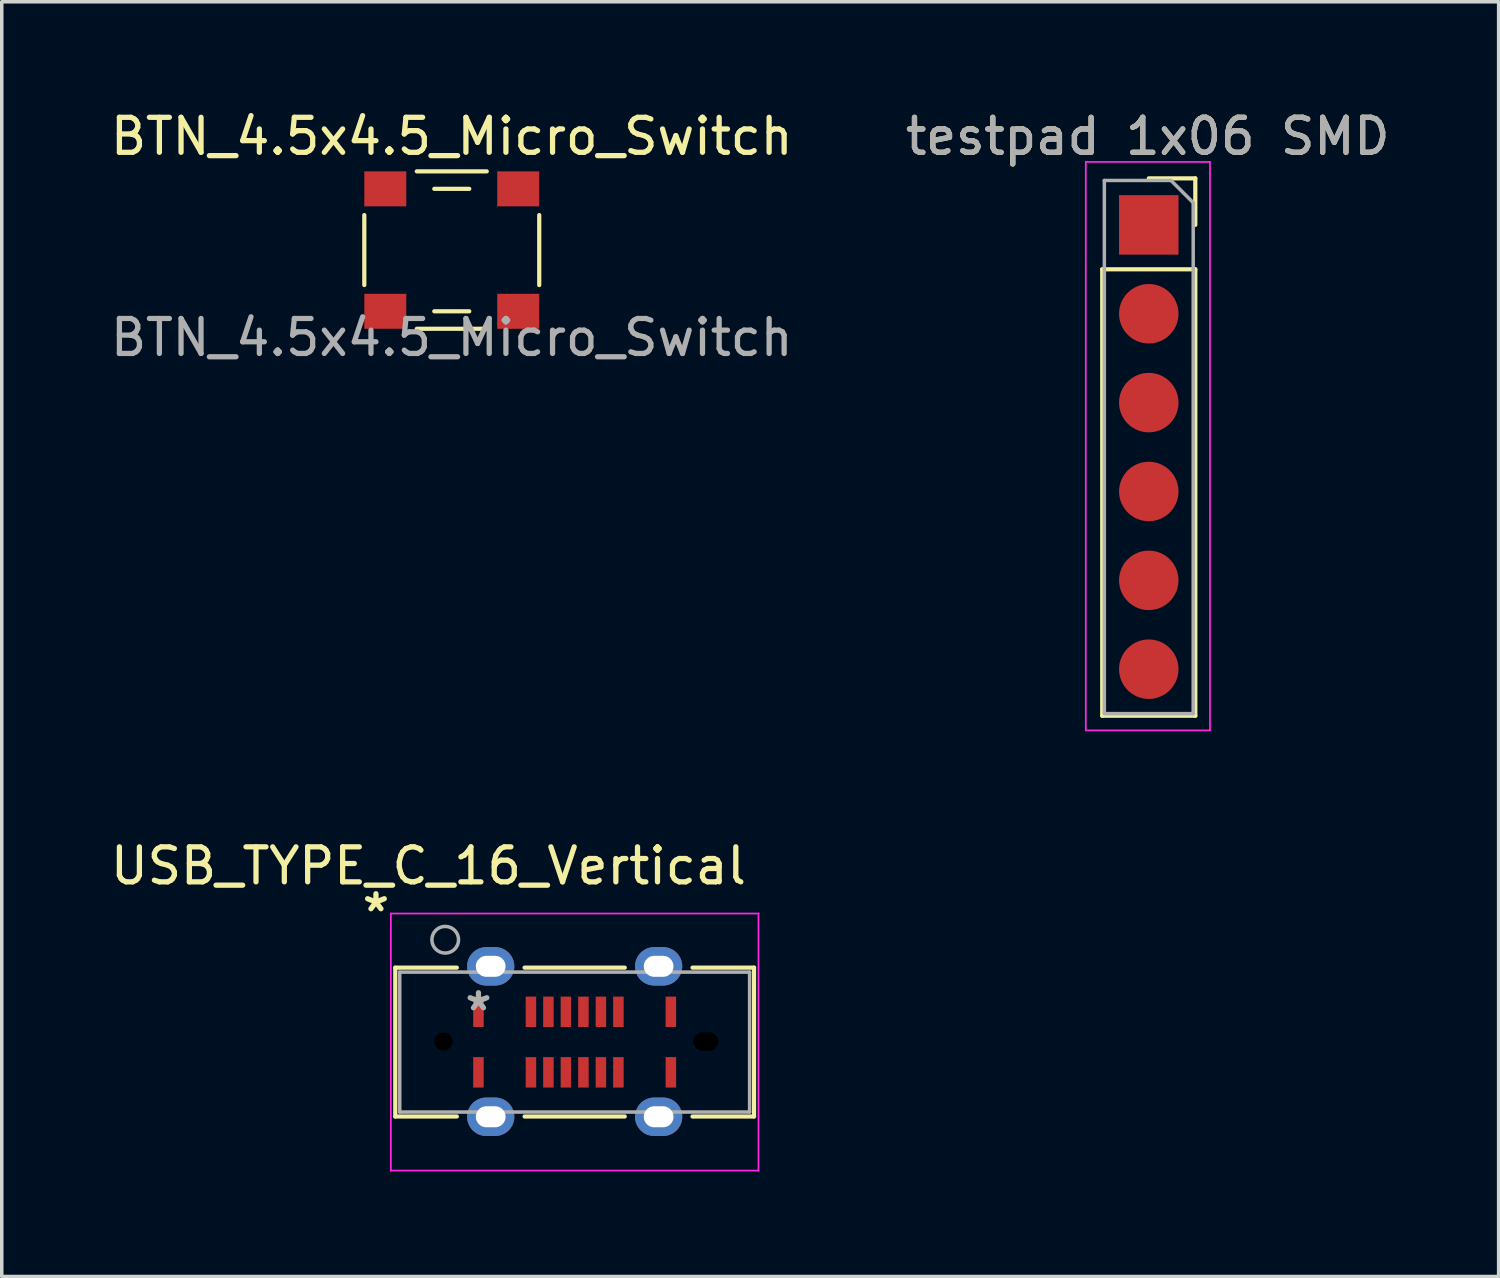
<source format=kicad_pcb>
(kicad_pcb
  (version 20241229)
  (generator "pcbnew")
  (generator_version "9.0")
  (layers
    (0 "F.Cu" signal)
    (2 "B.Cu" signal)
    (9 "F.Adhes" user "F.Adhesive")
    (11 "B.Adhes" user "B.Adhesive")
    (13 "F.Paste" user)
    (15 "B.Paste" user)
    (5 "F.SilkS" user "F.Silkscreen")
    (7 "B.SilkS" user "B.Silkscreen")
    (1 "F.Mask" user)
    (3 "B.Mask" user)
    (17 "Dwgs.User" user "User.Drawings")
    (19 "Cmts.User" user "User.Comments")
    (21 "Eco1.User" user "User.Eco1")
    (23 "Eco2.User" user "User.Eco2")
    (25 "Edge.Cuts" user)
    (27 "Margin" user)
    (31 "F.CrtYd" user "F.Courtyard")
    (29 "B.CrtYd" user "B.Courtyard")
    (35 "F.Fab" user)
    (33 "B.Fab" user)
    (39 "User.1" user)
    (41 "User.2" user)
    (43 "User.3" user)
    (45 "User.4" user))
  (footprint "BTN_4.5x4.5_Micro_Switch"
    (layer "F.Cu")
    (at 9.863 4.098)
    (property "Reference" "BTN_4.5x4.5_Micro_Switch" (at 0 -3.25 0) (unlocked yes) (layer "F.SilkS") (effects (font (size 1 1) (thickness 0.15))))
    (attr smd)
    (fp_line (start -2.5 -1) (end -2.5 1) (stroke (width 0.12) (type solid)) (layer "F.SilkS"))
    (fp_line (start -1 -2.25) (end 1 -2.25) (stroke (width 0.12) (type solid)) (layer "F.SilkS"))
    (fp_line (start -1 2.25) (end 1 2.25) (stroke (width 0.12) (type solid)) (layer "F.SilkS"))
    (fp_line (start -0.5 -1.75) (end 0.5 -1.75) (stroke (width 0.12) (type solid)) (layer "F.SilkS"))
    (fp_line (start -0.5 1.75) (end 0.5 1.75) (stroke (width 0.12) (type solid)) (layer "F.SilkS"))
    (fp_line (start 2.5 -1) (end 2.5 1) (stroke (width 0.12) (type solid)) (layer "F.SilkS"))
    (fp_text user "${REFERENCE}" (at 0 2.5 0) (unlocked yes) (layer "F.Fab") (effects (font (size 1 1) (thickness 0.15))))
    (pad "1" smd rect (at -1.9 -1.75) (size 1.2 1) (layers "F.Cu" "F.Mask" "F.Paste"))
    (pad "2" smd rect (at 1.9 -1.75) (size 1.2 1) (layers "F.Cu" "F.Mask" "F.Paste"))
    (pad "3" smd rect (at -1.9 1.75) (size 1.2 1) (layers "F.Cu" "F.Mask" "F.Paste"))
    (pad "4" smd rect (at 1.9 1.75) (size 1.2 1) (layers "F.Cu" "F.Mask" "F.Paste")))
  (footprint "USB_TYPE_C_16_Vertical"
    (layer "F.Cu")
    (at 13.376 26.721)
    (property "Reference" "USB_TYPE_C_16_Vertical" (at -4.18 -5.02 0) (layer "F.SilkS") (effects (font (size 1 1) (thickness 0.15))))
    (attr through_hole)
    (fp_line (start -5.127 -2.112) (end -5.127 2.142) (stroke (width 0.12) (type solid)) (layer "F.SilkS"))
    (fp_line (start -5.127 2.142) (end -3.368 2.142) (stroke (width 0.12) (type solid)) (layer "F.SilkS"))
    (fp_line (start -3.368 -2.112) (end -5.127 -2.112) (stroke (width 0.12) (type solid)) (layer "F.SilkS"))
    (fp_line (start -1.432 2.142) (end 1.432 2.142) (stroke (width 0.12) (type solid)) (layer "F.SilkS"))
    (fp_line (start 1.432 -2.112) (end -1.432 -2.112) (stroke (width 0.12) (type solid)) (layer "F.SilkS"))
    (fp_line (start 3.368 2.142) (end 5.127 2.142) (stroke (width 0.12) (type solid)) (layer "F.SilkS"))
    (fp_line (start 5.127 -2.112) (end 3.368 -2.112) (stroke (width 0.12) (type solid)) (layer "F.SilkS"))
    (fp_line (start 5.127 2.142) (end 5.127 -2.112) (stroke (width 0.12) (type solid)) (layer "F.SilkS"))
    (fp_line (start -5.254 -3.659) (end -5.254 3.689) (stroke (width 0.05) (type solid)) (layer "F.CrtYd"))
    (fp_line (start -5.254 3.689) (end 5.254 3.689) (stroke (width 0.05) (type solid)) (layer "F.CrtYd"))
    (fp_line (start 5.254 -3.659) (end -5.254 -3.659) (stroke (width 0.05) (type solid)) (layer "F.CrtYd"))
    (fp_line (start 5.254 3.689) (end 5.254 -3.659) (stroke (width 0.05) (type solid)) (layer "F.CrtYd"))
    (fp_line (start -5 -1.985) (end -5 2.015) (stroke (width 0.1) (type solid)) (layer "F.Fab"))
    (fp_line (start -5 2.015) (end 5 2.015) (stroke (width 0.1) (type solid)) (layer "F.Fab"))
    (fp_line (start 5 -1.985) (end -5 -1.985) (stroke (width 0.1) (type solid)) (layer "F.Fab"))
    (fp_line (start 5 2.015) (end 5 -1.985) (stroke (width 0.1) (type solid)) (layer "F.Fab"))
    (fp_circle (center -3.7 -2.91) (end -3.319 -2.91) (stroke (width 0.1) (type solid)) (fill no) (layer "F.Fab"))
    (fp_text user "*" (at -5.68 -3.68 0) (layer "F.SilkS") (effects (font (size 1 1) (thickness 0.15))))
    (fp_text user "*" (at -2.75 -0.85 0) (layer "F.Fab") (effects (font (size 1 1) (thickness 0.15))))
    (pad "" np_thru_hole circle (at -3.75 0) (size 0.52 0.52) (drill 0.52) (layers "*.Mask"))
    (pad "" np_thru_hole oval (at 3.75 0) (size 0.72 0.52) (drill oval 0.72 0.52) (layers "*.Mask"))
    (pad "A1" smd rect (at -2.75 -0.85) (size 0.3 0.87) (layers "F.Cu" "F.Mask" "F.Paste"))
    (pad "A4" smd rect (at -1.25 -0.85) (size 0.3 0.87) (layers "F.Cu" "F.Mask" "F.Paste"))
    (pad "A5" smd rect (at -0.75 -0.85) (size 0.3 0.87) (layers "F.Cu" "F.Mask" "F.Paste"))
    (pad "A6" smd rect (at -0.25 -0.85) (size 0.3 0.87) (layers "F.Cu" "F.Mask" "F.Paste"))
    (pad "A7" smd rect (at 0.25 -0.85) (size 0.3 0.87) (layers "F.Cu" "F.Mask" "F.Paste"))
    (pad "A8" smd rect (at 0.75 -0.85) (size 0.3 0.87) (layers "F.Cu" "F.Mask" "F.Paste"))
    (pad "A9" smd rect (at 1.25 -0.85) (size 0.3 0.87) (layers "F.Cu" "F.Mask" "F.Paste"))
    (pad "A12" smd rect (at 2.75 -0.85) (size 0.3 0.87) (layers "F.Cu" "F.Mask" "F.Paste"))
    (pad "B1" smd rect (at 2.75 0.88) (size 0.3 0.87) (layers "F.Cu" "F.Mask" "F.Paste"))
    (pad "B4" smd rect (at 1.25 0.88) (size 0.3 0.87) (layers "F.Cu" "F.Mask" "F.Paste"))
    (pad "B5" smd rect (at 0.75 0.88) (size 0.3 0.87) (layers "F.Cu" "F.Mask" "F.Paste"))
    (pad "B6" smd rect (at 0.25 0.88) (size 0.3 0.87) (layers "F.Cu" "F.Mask" "F.Paste"))
    (pad "B7" smd rect (at -0.25 0.88) (size 0.3 0.87) (layers "F.Cu" "F.Mask" "F.Paste"))
    (pad "B8" smd rect (at -0.75 0.88) (size 0.3 0.87) (layers "F.Cu" "F.Mask" "F.Paste"))
    (pad "B9" smd rect (at -1.25 0.88) (size 0.3 0.87) (layers "F.Cu" "F.Mask" "F.Paste"))
    (pad "B12" smd rect (at -2.75 0.88) (size 0.3 0.87) (layers "F.Cu" "F.Mask" "F.Paste"))
    (pad "S1" thru_hole oval (at -2.4 -2.15) (size 1.35 1.1) (drill oval 0.85 0.6) (layers "*.Cu" "*.Mask"))
    (pad "S1" thru_hole oval (at -2.4 2.15) (size 1.35 1.1) (drill oval 0.85 0.6) (layers "*.Cu" "*.Mask"))
    (pad "S1" thru_hole oval (at 2.4 -2.15) (size 1.35 1.1) (drill oval 0.85 0.6) (layers "*.Cu" "*.Mask"))
    (pad "S1" thru_hole oval (at 2.4 2.15) (size 1.35 1.1) (drill oval 0.85 0.6) (layers "*.Cu" "*.Mask")))
  (footprint "testpad 1x06 SMD"
    (layer "F.Cu")
    (at 29.756 16.088)
    (property "Reference" "testpad 1x06 SMD" (at 0 -15.24 0) (layer "F.SilkS") (effects (font (size 1 1) (thickness 0.15))))
    (attr through_hole)
    (fp_line (start -1.3 -11.44) (end -1.3 1.32) (stroke (width 0.12) (type solid)) (layer "F.SilkS"))
    (fp_line (start -1.3 -11.44) (end 1.36 -11.44) (stroke (width 0.12) (type solid)) (layer "F.SilkS"))
    (fp_line (start -1.3 1.32) (end 1.36 1.32) (stroke (width 0.12) (type solid)) (layer "F.SilkS"))
    (fp_line (start 0.03 -14.04) (end 1.36 -14.04) (stroke (width 0.12) (type solid)) (layer "F.SilkS"))
    (fp_line (start 1.36 -14.04) (end 1.36 -12.71) (stroke (width 0.12) (type solid)) (layer "F.SilkS"))
    (fp_line (start 1.36 -11.44) (end 1.36 1.32) (stroke (width 0.12) (type solid)) (layer "F.SilkS"))
    (fp_line (start -1.77 -14.51) (end 1.78 -14.51) (stroke (width 0.05) (type solid)) (layer "F.CrtYd"))
    (fp_line (start -1.77 1.74) (end -1.77 -14.51) (stroke (width 0.05) (type solid)) (layer "F.CrtYd"))
    (fp_line (start 1.78 -14.51) (end 1.78 1.74) (stroke (width 0.05) (type solid)) (layer "F.CrtYd"))
    (fp_line (start 1.78 1.74) (end -1.77 1.74) (stroke (width 0.05) (type solid)) (layer "F.CrtYd"))
    (fp_line (start -1.24 -13.98) (end 0.665 -13.98) (stroke (width 0.1) (type solid)) (layer "F.Fab"))
    (fp_line (start -1.24 1.26) (end -1.24 -13.98) (stroke (width 0.1) (type solid)) (layer "F.Fab"))
    (fp_line (start 0.665 -13.98) (end 1.3 -13.345) (stroke (width 0.1) (type solid)) (layer "F.Fab"))
    (fp_line (start 1.3 -13.345) (end 1.3 1.26) (stroke (width 0.1) (type solid)) (layer "F.Fab"))
    (fp_line (start 1.3 1.26) (end -1.24 1.26) (stroke (width 0.1) (type solid)) (layer "F.Fab"))
    (fp_text user "${REFERENCE}" (at 0 -15.24 180) (layer "F.Fab") (effects (font (size 1 1) (thickness 0.15))))
    (pad "1" smd rect (at 0.03 -12.71) (size 1.7 1.7) (layers "F.Cu" "F.Mask" "F.Paste"))
    (pad "2" smd oval (at 0.03 -10.17) (size 1.7 1.7) (layers "F.Cu" "F.Mask" "F.Paste"))
    (pad "3" smd oval (at 0.03 -7.63) (size 1.7 1.7) (layers "F.Cu" "F.Mask" "F.Paste"))
    (pad "4" smd oval (at 0.03 -5.09) (size 1.7 1.7) (layers "F.Cu" "F.Mask" "F.Paste"))
    (pad "5" smd oval (at 0.03 -2.55) (size 1.7 1.7) (layers "F.Cu" "F.Mask" "F.Paste"))
    (pad "6" smd oval (at 0.03 -0.01) (size 1.7 1.7) (layers "F.Cu" "F.Mask" "F.Paste")))
  (gr_rect
    (start -3 -3)
    (end 39.786 33.436)
    (stroke (width 0.1) (type default))
    (fill no)
    (layer "Edge.Cuts")))
</source>
